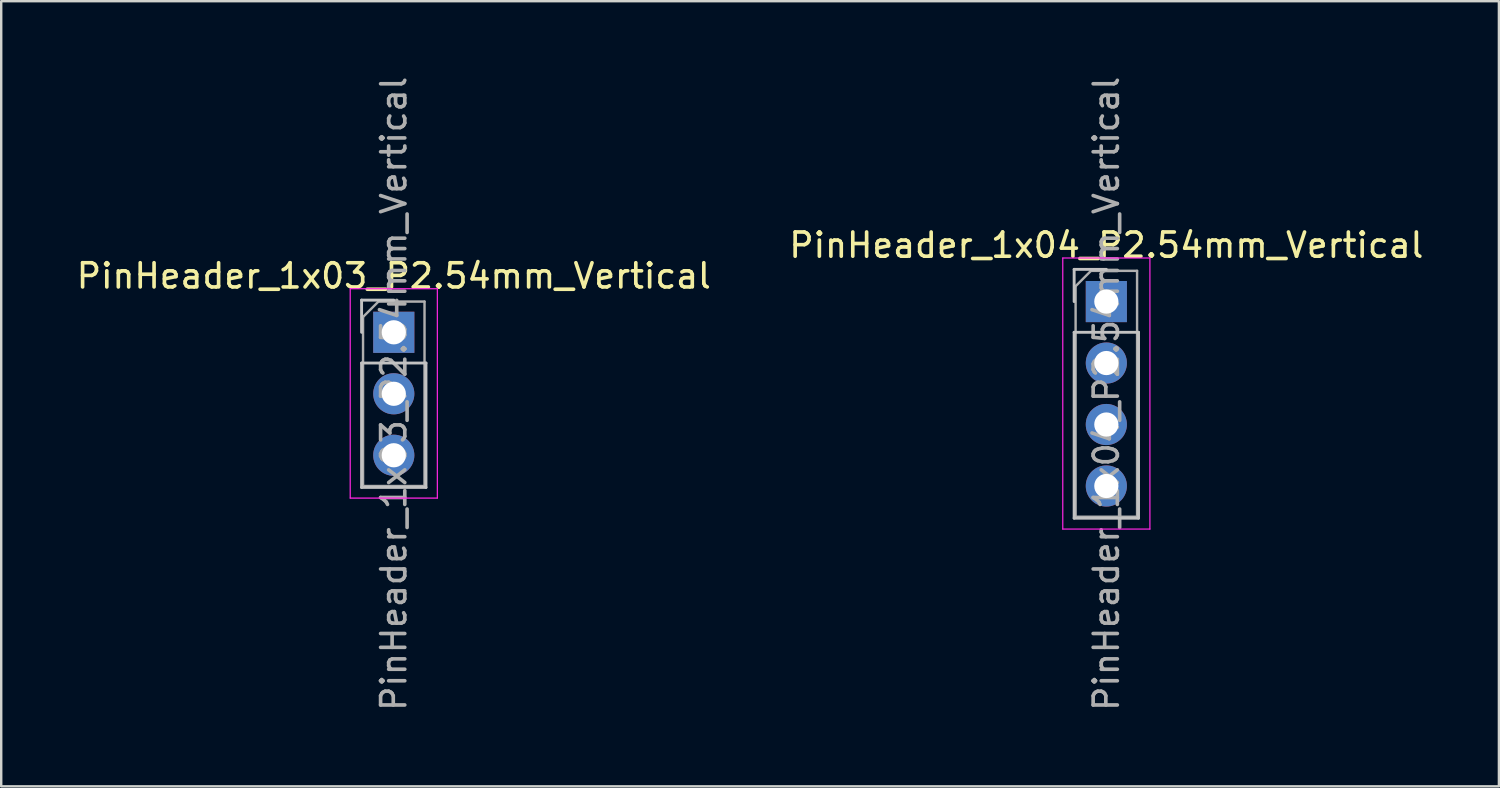
<source format=kicad_pcb>
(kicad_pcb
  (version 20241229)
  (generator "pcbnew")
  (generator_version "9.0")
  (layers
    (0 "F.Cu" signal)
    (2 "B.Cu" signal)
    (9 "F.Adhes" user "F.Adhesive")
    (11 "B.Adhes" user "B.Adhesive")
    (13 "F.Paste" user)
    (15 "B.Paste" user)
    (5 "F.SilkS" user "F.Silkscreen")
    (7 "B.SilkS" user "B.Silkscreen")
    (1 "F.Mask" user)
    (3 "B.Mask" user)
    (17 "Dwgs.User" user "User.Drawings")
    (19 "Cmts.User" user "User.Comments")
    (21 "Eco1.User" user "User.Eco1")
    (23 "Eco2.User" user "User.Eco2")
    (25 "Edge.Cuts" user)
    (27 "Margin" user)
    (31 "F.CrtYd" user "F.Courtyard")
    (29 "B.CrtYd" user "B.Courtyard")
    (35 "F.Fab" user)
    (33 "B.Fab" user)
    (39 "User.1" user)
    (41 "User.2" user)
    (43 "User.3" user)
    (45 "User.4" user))
  (footprint "PinHeader_1x03_P2.54mm_Vertical"
    (layer "F.Cu")
    (at 13.22 10.68)
    (property "Reference" "PinHeader_1x03_P2.54mm_Vertical" (at 0 -2.33 0) (layer "F.SilkS") (effects (font (size 1 1) (thickness 0.15))))
    (attr through_hole)
    (fp_line (start -1.33 -1.33) (end 0 -1.33) (stroke (width 0.12) (type solid)) (layer "Dwgs.User"))
    (fp_line (start -1.33 0) (end -1.33 -1.33) (stroke (width 0.12) (type solid)) (layer "Dwgs.User"))
    (fp_line (start -1.33 1.27) (end -1.33 6.41) (stroke (width 0.12) (type solid)) (layer "Dwgs.User"))
    (fp_line (start -1.33 1.27) (end 1.33 1.27) (stroke (width 0.12) (type solid)) (layer "Dwgs.User"))
    (fp_line (start -1.33 6.41) (end 1.33 6.41) (stroke (width 0.12) (type solid)) (layer "Dwgs.User"))
    (fp_line (start 1.33 1.27) (end 1.33 6.41) (stroke (width 0.12) (type solid)) (layer "Dwgs.User"))
    (fp_line (start -1.8 -1.8) (end -1.8 6.85) (stroke (width 0.05) (type solid)) (layer "F.CrtYd"))
    (fp_line (start -1.8 6.85) (end 1.8 6.85) (stroke (width 0.05) (type solid)) (layer "F.CrtYd"))
    (fp_line (start 1.8 -1.8) (end -1.8 -1.8) (stroke (width 0.05) (type solid)) (layer "F.CrtYd"))
    (fp_line (start 1.8 6.85) (end 1.8 -1.8) (stroke (width 0.05) (type solid)) (layer "F.CrtYd"))
    (fp_line (start -1.27 -0.635) (end -0.635 -1.27) (stroke (width 0.1) (type solid)) (layer "F.Fab"))
    (fp_line (start -1.27 6.35) (end -1.27 -0.635) (stroke (width 0.1) (type solid)) (layer "F.Fab"))
    (fp_line (start -0.635 -1.27) (end 1.27 -1.27) (stroke (width 0.1) (type solid)) (layer "F.Fab"))
    (fp_line (start 1.27 -1.27) (end 1.27 6.35) (stroke (width 0.1) (type solid)) (layer "F.Fab"))
    (fp_line (start 1.27 6.35) (end -1.27 6.35) (stroke (width 0.1) (type solid)) (layer "F.Fab"))
    (fp_text user "${REFERENCE}" (at 0 2.54 90) (layer "F.Fab") (effects (font (size 1 1) (thickness 0.15))))
    (pad "1" thru_hole rect (at 0 0) (size 1.7 1.7) (drill 1) (layers "*.Cu" "*.Mask"))
    (pad "2" thru_hole oval (at 0 2.54) (size 1.7 1.7) (drill 1) (layers "*.Cu" "*.Mask"))
    (pad "3" thru_hole oval (at 0 5.08) (size 1.7 1.7) (drill 1) (layers "*.Cu" "*.Mask")))
  (footprint "PinHeader_1x04_P2.54mm_Vertical"
    (layer "F.Cu")
    (at 42.661 9.41)
    (property "Reference" "PinHeader_1x04_P2.54mm_Vertical" (at 0 -2.33 0) (layer "F.SilkS") (effects (font (size 1 1) (thickness 0.15))))
    (attr through_hole)
    (fp_line (start -1.33 -1.33) (end 0 -1.33) (stroke (width 0.12) (type solid)) (layer "Dwgs.User"))
    (fp_line (start -1.33 0) (end -1.33 -1.33) (stroke (width 0.12) (type solid)) (layer "Dwgs.User"))
    (fp_line (start -1.33 1.27) (end -1.33 8.95) (stroke (width 0.12) (type solid)) (layer "Dwgs.User"))
    (fp_line (start -1.33 1.27) (end 1.33 1.27) (stroke (width 0.12) (type solid)) (layer "Dwgs.User"))
    (fp_line (start -1.33 8.95) (end 1.33 8.95) (stroke (width 0.12) (type solid)) (layer "Dwgs.User"))
    (fp_line (start 1.33 1.27) (end 1.33 8.95) (stroke (width 0.12) (type solid)) (layer "Dwgs.User"))
    (fp_line (start -1.8 -1.8) (end -1.8 9.4) (stroke (width 0.05) (type solid)) (layer "F.CrtYd"))
    (fp_line (start -1.8 9.4) (end 1.8 9.4) (stroke (width 0.05) (type solid)) (layer "F.CrtYd"))
    (fp_line (start 1.8 -1.8) (end -1.8 -1.8) (stroke (width 0.05) (type solid)) (layer "F.CrtYd"))
    (fp_line (start 1.8 9.4) (end 1.8 -1.8) (stroke (width 0.05) (type solid)) (layer "F.CrtYd"))
    (fp_line (start -1.27 -0.635) (end -0.635 -1.27) (stroke (width 0.1) (type solid)) (layer "F.Fab"))
    (fp_line (start -1.27 8.89) (end -1.27 -0.635) (stroke (width 0.1) (type solid)) (layer "F.Fab"))
    (fp_line (start -0.635 -1.27) (end 1.27 -1.27) (stroke (width 0.1) (type solid)) (layer "F.Fab"))
    (fp_line (start 1.27 -1.27) (end 1.27 8.89) (stroke (width 0.1) (type solid)) (layer "F.Fab"))
    (fp_line (start 1.27 8.89) (end -1.27 8.89) (stroke (width 0.1) (type solid)) (layer "F.Fab"))
    (fp_text user "${REFERENCE}" (at 0 3.81 270) (layer "F.Fab") (effects (font (size 1 1) (thickness 0.15))))
    (pad "1" thru_hole rect (at 0 0) (size 1.7 1.7) (drill 1) (layers "*.Cu" "*.Mask"))
    (pad "2" thru_hole oval (at 0 2.54) (size 1.7 1.7) (drill 1) (layers "*.Cu" "*.Mask"))
    (pad "3" thru_hole oval (at 0 5.08) (size 1.7 1.7) (drill 1) (layers "*.Cu" "*.Mask"))
    (pad "4" thru_hole oval (at 0 7.62) (size 1.7 1.7) (drill 1) (layers "*.Cu" "*.Mask")))
  (gr_rect
    (start -3 -3)
    (end 58.881 29.44)
    (stroke (width 0.1) (type default))
    (fill no)
    (layer "Edge.Cuts")))
</source>
